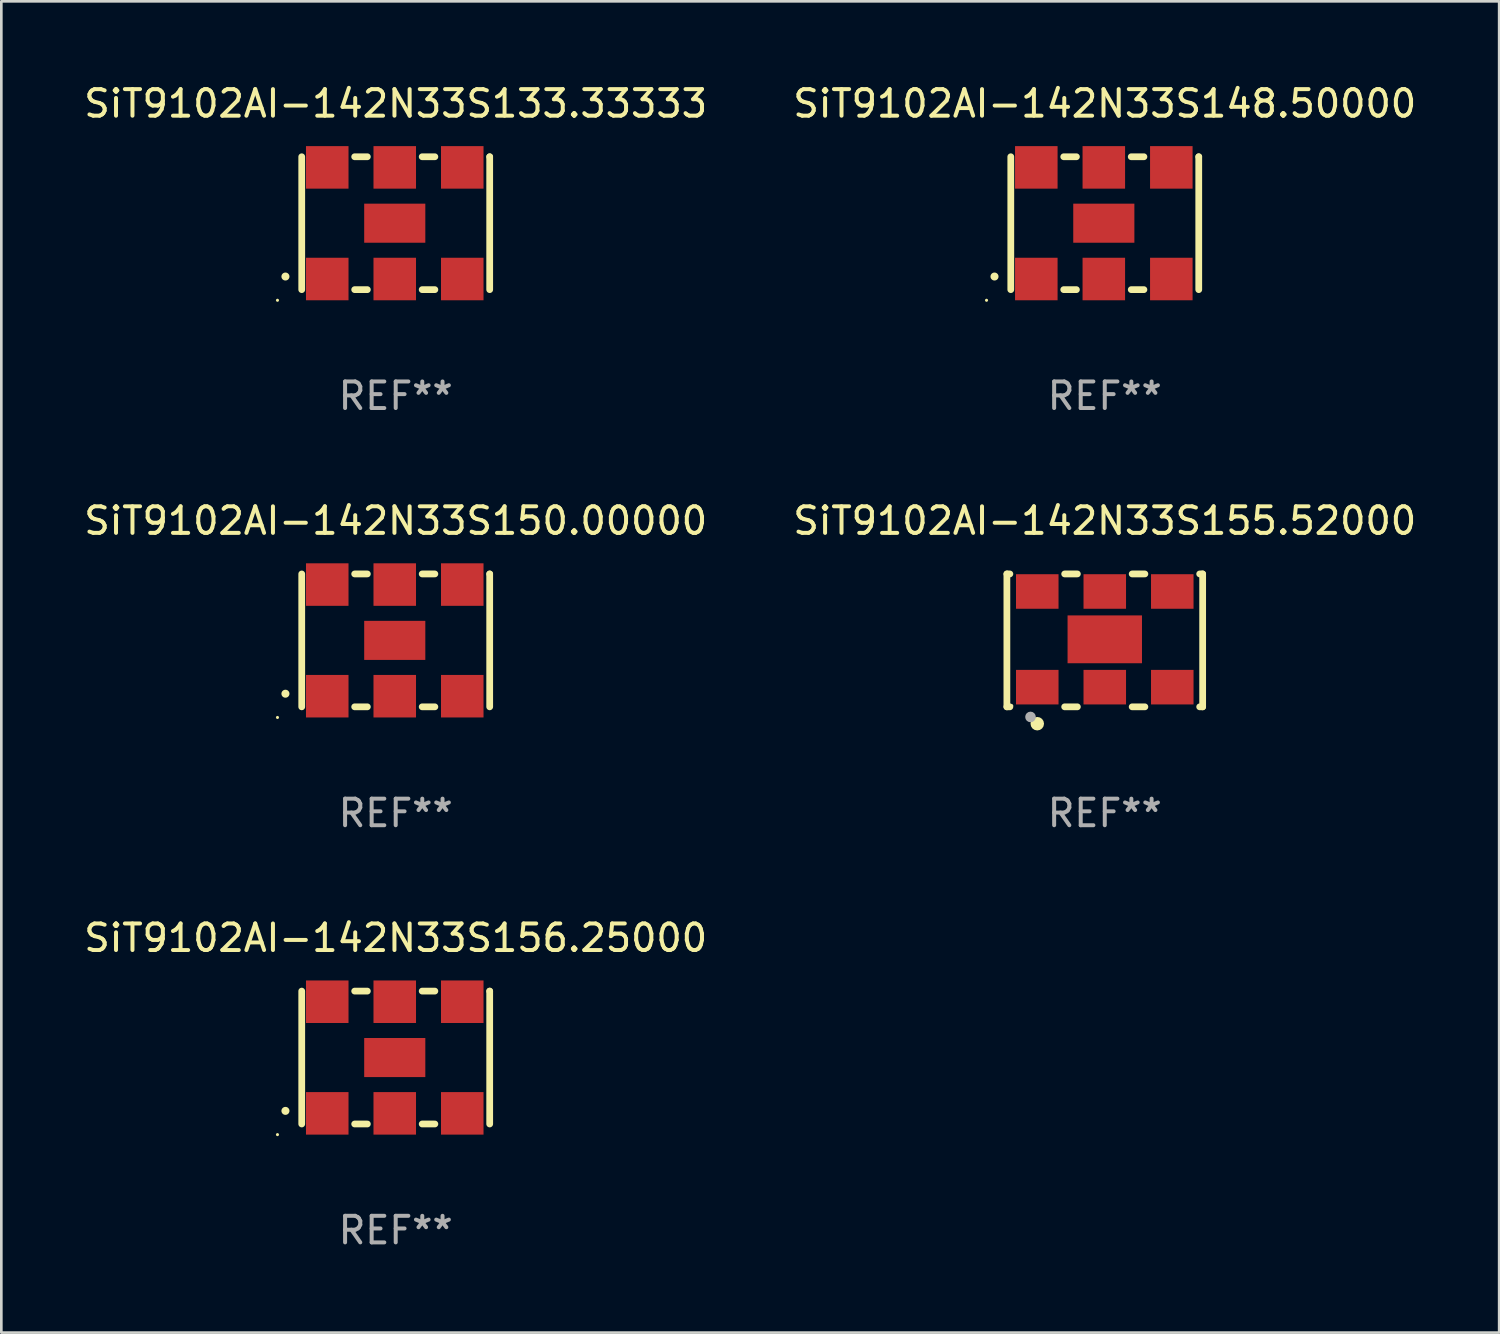
<source format=kicad_pcb>
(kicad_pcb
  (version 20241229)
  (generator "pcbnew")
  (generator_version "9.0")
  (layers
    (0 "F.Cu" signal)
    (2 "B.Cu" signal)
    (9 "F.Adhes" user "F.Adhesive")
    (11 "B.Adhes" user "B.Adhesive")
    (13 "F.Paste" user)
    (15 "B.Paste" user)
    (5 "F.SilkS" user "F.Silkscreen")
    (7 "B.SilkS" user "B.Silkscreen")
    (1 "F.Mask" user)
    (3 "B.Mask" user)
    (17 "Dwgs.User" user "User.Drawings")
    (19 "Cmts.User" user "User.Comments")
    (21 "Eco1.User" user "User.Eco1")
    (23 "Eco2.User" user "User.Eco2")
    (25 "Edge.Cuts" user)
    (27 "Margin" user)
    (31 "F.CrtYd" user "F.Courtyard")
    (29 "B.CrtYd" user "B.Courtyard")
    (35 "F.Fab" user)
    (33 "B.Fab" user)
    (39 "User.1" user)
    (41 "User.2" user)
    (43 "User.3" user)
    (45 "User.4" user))
  (footprint "SiT9102AI-142N33S150.00000"
    (layer "F.Cu")
    (at 11.839 21.045)
    (property "Reference" "SiT9102AI-142N33S150.00000" (at 0 -4.5 0) (layer "F.SilkS") (effects (font (size 1 1) (thickness 0.15))))
    (attr through_hole)
    (fp_line (start -3.536 -2.5) (end -3.536 2.5) (stroke (width 0.254) (type solid)) (layer "F.SilkS"))
    (fp_line (start -1.544 2.5) (end -1.067 2.5) (stroke (width 0.254) (type solid)) (layer "F.SilkS"))
    (fp_line (start -1.067 -2.5) (end -1.544 -2.5) (stroke (width 0.254) (type solid)) (layer "F.SilkS"))
    (fp_line (start 0.996 2.5) (end 1.473 2.5) (stroke (width 0.254) (type solid)) (layer "F.SilkS"))
    (fp_line (start 1.473 -2.5) (end 0.996 -2.5) (stroke (width 0.254) (type solid)) (layer "F.SilkS"))
    (fp_line (start 3.536 -2.5) (end 3.536 -2.5) (stroke (width 0.254) (type solid)) (layer "F.SilkS"))
    (fp_line (start 3.536 2.5) (end 3.536 -2.5) (stroke (width 0.254) (type solid)) (layer "F.SilkS"))
    (fp_arc (start -4.150432 2.006604) (mid -4.149162 2.006599) (end -4.147892 2.006604) (stroke (width 0.3) (type solid)) (layer "F.SilkS"))
    (fp_circle (center -4.449 2.9) (end -4.419 2.9) (stroke (width 0.06) (type solid)) (fill no) (layer "F.SilkS"))
    (fp_text user "REF**" (at 0 6.5 0) (layer "F.Fab") (effects (font (size 1 1) (thickness 0.15))))
    (pad "1" smd rect (at -2.576 2.1) (size 1.6 1.6) (layers "F.Cu" "F.Mask" "F.Paste"))
    (pad "2" smd rect (at -0.036 2.1) (size 1.6 1.6) (layers "F.Cu" "F.Mask" "F.Paste"))
    (pad "3" smd rect (at 2.504 2.1) (size 1.6 1.6) (layers "F.Cu" "F.Mask" "F.Paste"))
    (pad "4" smd rect (at 2.504 -2.1) (size 1.6 1.6) (layers "F.Cu" "F.Mask" "F.Paste"))
    (pad "5" smd rect (at -0.036 -2.1) (size 1.6 1.6) (layers "F.Cu" "F.Mask" "F.Paste"))
    (pad "6" smd rect (at -2.576 -2.1) (size 1.6 1.6) (layers "F.Cu" "F.Mask" "F.Paste"))
    (pad "7" smd rect (at -0.036 0) (size 2.3 1.47) (layers "F.Cu" "F.Mask" "F.Paste")))
  (footprint "SiT9102AI-142N33S156.25000"
    (layer "F.Cu")
    (at 11.839 36.741)
    (property "Reference" "SiT9102AI-142N33S156.25000" (at 0 -4.5 0) (layer "F.SilkS") (effects (font (size 1 1) (thickness 0.15))))
    (attr through_hole)
    (fp_line (start -3.536 -2.5) (end -3.536 2.5) (stroke (width 0.254) (type solid)) (layer "F.SilkS"))
    (fp_line (start -1.544 2.5) (end -1.067 2.5) (stroke (width 0.254) (type solid)) (layer "F.SilkS"))
    (fp_line (start -1.067 -2.5) (end -1.544 -2.5) (stroke (width 0.254) (type solid)) (layer "F.SilkS"))
    (fp_line (start 0.996 2.5) (end 1.473 2.5) (stroke (width 0.254) (type solid)) (layer "F.SilkS"))
    (fp_line (start 1.473 -2.5) (end 0.996 -2.5) (stroke (width 0.254) (type solid)) (layer "F.SilkS"))
    (fp_line (start 3.536 -2.5) (end 3.536 -2.5) (stroke (width 0.254) (type solid)) (layer "F.SilkS"))
    (fp_line (start 3.536 2.5) (end 3.536 -2.5) (stroke (width 0.254) (type solid)) (layer "F.SilkS"))
    (fp_arc (start -4.150432 2.006604) (mid -4.149162 2.006599) (end -4.147892 2.006604) (stroke (width 0.3) (type solid)) (layer "F.SilkS"))
    (fp_circle (center -4.449 2.9) (end -4.419 2.9) (stroke (width 0.06) (type solid)) (fill no) (layer "F.SilkS"))
    (fp_text user "REF**" (at 0 6.5 0) (layer "F.Fab") (effects (font (size 1 1) (thickness 0.15))))
    (pad "1" smd rect (at -2.576 2.1) (size 1.6 1.6) (layers "F.Cu" "F.Mask" "F.Paste"))
    (pad "2" smd rect (at -0.036 2.1) (size 1.6 1.6) (layers "F.Cu" "F.Mask" "F.Paste"))
    (pad "3" smd rect (at 2.504 2.1) (size 1.6 1.6) (layers "F.Cu" "F.Mask" "F.Paste"))
    (pad "4" smd rect (at 2.504 -2.1) (size 1.6 1.6) (layers "F.Cu" "F.Mask" "F.Paste"))
    (pad "5" smd rect (at -0.036 -2.1) (size 1.6 1.6) (layers "F.Cu" "F.Mask" "F.Paste"))
    (pad "6" smd rect (at -2.576 -2.1) (size 1.6 1.6) (layers "F.Cu" "F.Mask" "F.Paste"))
    (pad "7" smd rect (at -0.036 0) (size 2.3 1.47) (layers "F.Cu" "F.Mask" "F.Paste")))
  (footprint "SiT9102AI-142N33S155.52000"
    (layer "F.Cu")
    (at 38.518 21.045)
    (property "Reference" "SiT9102AI-142N33S155.52000" (at 0 -4.5 0) (layer "F.SilkS") (effects (font (size 1 1) (thickness 0.15))))
    (attr through_hole)
    (fp_line (start -3.683 -2.5) (end -3.571 -2.5) (stroke (width 0.254) (type solid)) (layer "F.SilkS"))
    (fp_line (start -3.683 2.5) (end -3.683 -2.5) (stroke (width 0.254) (type solid)) (layer "F.SilkS"))
    (fp_line (start -3.683 2.5) (end -3.571 2.5) (stroke (width 0.254) (type solid)) (layer "F.SilkS"))
    (fp_line (start -1.509 -2.5) (end -1.031 -2.5) (stroke (width 0.254) (type solid)) (layer "F.SilkS"))
    (fp_line (start -1.509 2.5) (end -1.031 2.5) (stroke (width 0.254) (type solid)) (layer "F.SilkS"))
    (fp_line (start 1.031 -2.5) (end 1.509 -2.5) (stroke (width 0.254) (type solid)) (layer "F.SilkS"))
    (fp_line (start 1.031 2.5) (end 1.509 2.5) (stroke (width 0.254) (type solid)) (layer "F.SilkS"))
    (fp_line (start 3.571 -2.5) (end 3.683 -2.5) (stroke (width 0.254) (type solid)) (layer "F.SilkS"))
    (fp_line (start 3.571 2.5) (end 3.683 2.5) (stroke (width 0.254) (type solid)) (layer "F.SilkS"))
    (fp_line (start 3.683 2.5) (end 3.683 -2.5) (stroke (width 0.254) (type solid)) (layer "F.SilkS"))
    (fp_circle (center -3.5 2.46) (end -3.47 2.46) (stroke (width 0.06) (type solid)) (fill no) (layer "F.SilkS"))
    (fp_circle (center -2.54 3.135) (end -2.413 3.135) (stroke (width 0.254) (type solid)) (fill no) (layer "F.SilkS"))
    (fp_circle (center -2.794 2.881) (end -2.694 2.881) (stroke (width 0.2) (type solid)) (fill no) (layer "F.Fab"))
    (fp_text user "REF**" (at 0 6.5 0) (layer "F.Fab") (effects (font (size 1 1) (thickness 0.15))))
    (pad "1" smd rect (at -2.54 1.76) (size 1.6 1.3) (layers "F.Cu" "F.Mask" "F.Paste"))
    (pad "2" smd rect (at 0 1.76) (size 1.6 1.3) (layers "F.Cu" "F.Mask" "F.Paste"))
    (pad "3" smd rect (at 2.54 1.76) (size 1.6 1.3) (layers "F.Cu" "F.Mask" "F.Paste"))
    (pad "4" smd rect (at 2.54 -1.84) (size 1.6 1.3) (layers "F.Cu" "F.Mask" "F.Paste"))
    (pad "5" smd rect (at 0 -1.84) (size 1.6 1.3) (layers "F.Cu" "F.Mask" "F.Paste"))
    (pad "6" smd rect (at -2.54 -1.84) (size 1.6 1.3) (layers "F.Cu" "F.Mask" "F.Paste"))
    (pad "7" smd rect (at 0 -0.04) (size 2.8 1.8) (layers "F.Cu" "F.Mask" "F.Paste")))
  (footprint "SiT9102AI-142N33S133.33333"
    (layer "F.Cu")
    (at 11.839 5.348)
    (property "Reference" "SiT9102AI-142N33S133.33333" (at 0 -4.5 0) (layer "F.SilkS") (effects (font (size 1 1) (thickness 0.15))))
    (attr through_hole)
    (fp_line (start -3.536 -2.5) (end -3.536 2.5) (stroke (width 0.254) (type solid)) (layer "F.SilkS"))
    (fp_line (start -1.544 2.5) (end -1.067 2.5) (stroke (width 0.254) (type solid)) (layer "F.SilkS"))
    (fp_line (start -1.067 -2.5) (end -1.544 -2.5) (stroke (width 0.254) (type solid)) (layer "F.SilkS"))
    (fp_line (start 0.996 2.5) (end 1.473 2.5) (stroke (width 0.254) (type solid)) (layer "F.SilkS"))
    (fp_line (start 1.473 -2.5) (end 0.996 -2.5) (stroke (width 0.254) (type solid)) (layer "F.SilkS"))
    (fp_line (start 3.536 -2.5) (end 3.536 -2.5) (stroke (width 0.254) (type solid)) (layer "F.SilkS"))
    (fp_line (start 3.536 2.5) (end 3.536 -2.5) (stroke (width 0.254) (type solid)) (layer "F.SilkS"))
    (fp_arc (start -4.150432 2.006604) (mid -4.149162 2.006599) (end -4.147892 2.006604) (stroke (width 0.3) (type solid)) (layer "F.SilkS"))
    (fp_circle (center -4.449 2.9) (end -4.419 2.9) (stroke (width 0.06) (type solid)) (fill no) (layer "F.SilkS"))
    (fp_text user "REF**" (at 0 6.5 0) (layer "F.Fab") (effects (font (size 1 1) (thickness 0.15))))
    (pad "1" smd rect (at -2.576 2.1) (size 1.6 1.6) (layers "F.Cu" "F.Mask" "F.Paste"))
    (pad "2" smd rect (at -0.036 2.1) (size 1.6 1.6) (layers "F.Cu" "F.Mask" "F.Paste"))
    (pad "3" smd rect (at 2.504 2.1) (size 1.6 1.6) (layers "F.Cu" "F.Mask" "F.Paste"))
    (pad "4" smd rect (at 2.504 -2.1) (size 1.6 1.6) (layers "F.Cu" "F.Mask" "F.Paste"))
    (pad "5" smd rect (at -0.036 -2.1) (size 1.6 1.6) (layers "F.Cu" "F.Mask" "F.Paste"))
    (pad "6" smd rect (at -2.576 -2.1) (size 1.6 1.6) (layers "F.Cu" "F.Mask" "F.Paste"))
    (pad "7" smd rect (at -0.036 0) (size 2.3 1.47) (layers "F.Cu" "F.Mask" "F.Paste")))
  (footprint "SiT9102AI-142N33S148.50000"
    (layer "F.Cu")
    (at 38.518 5.348)
    (property "Reference" "SiT9102AI-142N33S148.50000" (at 0 -4.5 0) (layer "F.SilkS") (effects (font (size 1 1) (thickness 0.15))))
    (attr through_hole)
    (fp_line (start -3.536 -2.5) (end -3.536 2.5) (stroke (width 0.254) (type solid)) (layer "F.SilkS"))
    (fp_line (start -1.544 2.5) (end -1.067 2.5) (stroke (width 0.254) (type solid)) (layer "F.SilkS"))
    (fp_line (start -1.067 -2.5) (end -1.544 -2.5) (stroke (width 0.254) (type solid)) (layer "F.SilkS"))
    (fp_line (start 0.996 2.5) (end 1.473 2.5) (stroke (width 0.254) (type solid)) (layer "F.SilkS"))
    (fp_line (start 1.473 -2.5) (end 0.996 -2.5) (stroke (width 0.254) (type solid)) (layer "F.SilkS"))
    (fp_line (start 3.536 -2.5) (end 3.536 -2.5) (stroke (width 0.254) (type solid)) (layer "F.SilkS"))
    (fp_line (start 3.536 2.5) (end 3.536 -2.5) (stroke (width 0.254) (type solid)) (layer "F.SilkS"))
    (fp_arc (start -4.150432 2.006604) (mid -4.149162 2.006599) (end -4.147892 2.006604) (stroke (width 0.3) (type solid)) (layer "F.SilkS"))
    (fp_circle (center -4.449 2.9) (end -4.419 2.9) (stroke (width 0.06) (type solid)) (fill no) (layer "F.SilkS"))
    (fp_text user "REF**" (at 0 6.5 0) (layer "F.Fab") (effects (font (size 1 1) (thickness 0.15))))
    (pad "1" smd rect (at -2.576 2.1) (size 1.6 1.6) (layers "F.Cu" "F.Mask" "F.Paste"))
    (pad "2" smd rect (at -0.036 2.1) (size 1.6 1.6) (layers "F.Cu" "F.Mask" "F.Paste"))
    (pad "3" smd rect (at 2.504 2.1) (size 1.6 1.6) (layers "F.Cu" "F.Mask" "F.Paste"))
    (pad "4" smd rect (at 2.504 -2.1) (size 1.6 1.6) (layers "F.Cu" "F.Mask" "F.Paste"))
    (pad "5" smd rect (at -0.036 -2.1) (size 1.6 1.6) (layers "F.Cu" "F.Mask" "F.Paste"))
    (pad "6" smd rect (at -2.576 -2.1) (size 1.6 1.6) (layers "F.Cu" "F.Mask" "F.Paste"))
    (pad "7" smd rect (at -0.036 0) (size 2.3 1.47) (layers "F.Cu" "F.Mask" "F.Paste")))
  (gr_rect
    (start -3 -3)
    (end 53.357 47.09)
    (stroke (width 0.1) (type default))
    (fill no)
    (layer "Edge.Cuts")))
</source>
